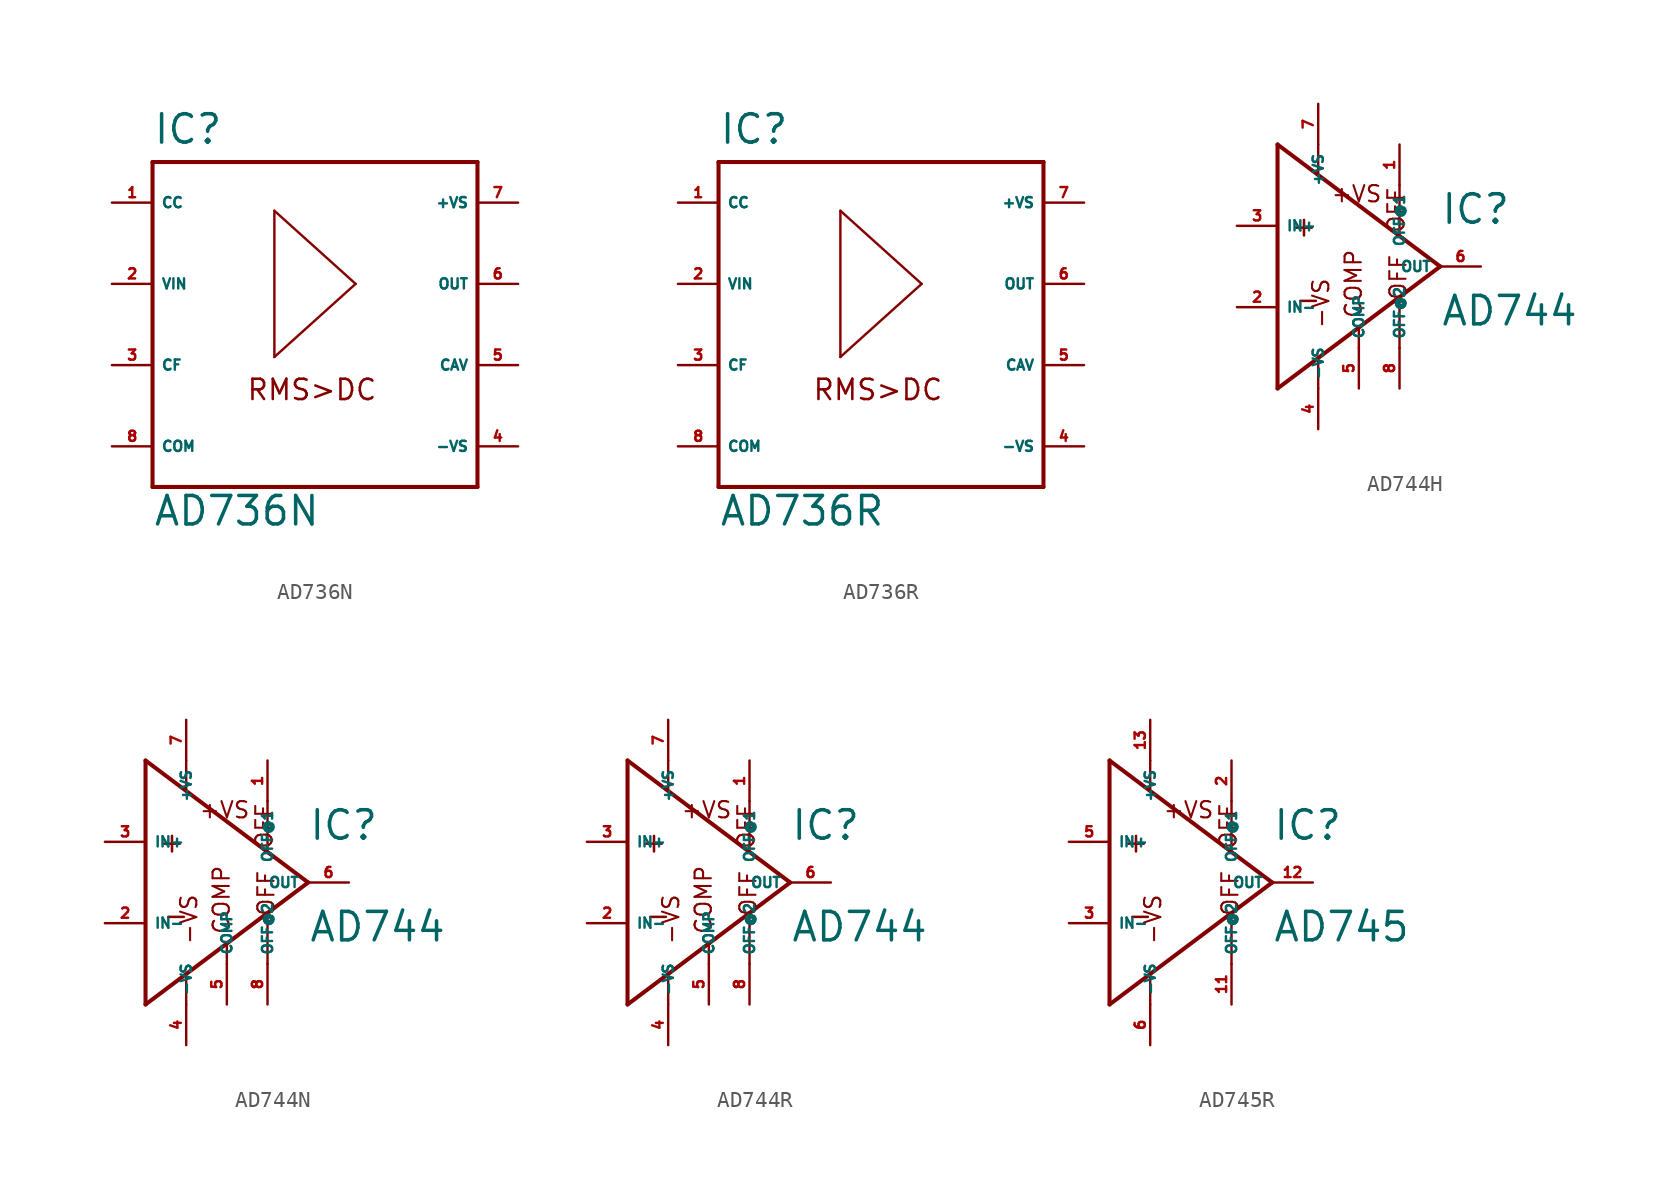
<source format=kicad_sym>
(kicad_symbol_lib
  (version 20220914)
  (generator Eagle2Kicad)
  (symbol "AD736N"
    (property "Reference" "IC"
      (at -10.16 11.176 0)
      (effects (font (size 1.778 1.778) (thickness 0.22)) (justify left bottom)))
    (property "Value" "AD736N"
      (at -10.16 -12.7 0)
      (effects (font (size 1.778 1.778) (thickness 0.22)) (justify left bottom)))
    (polyline
      (pts (xy -10.16 10.16) (xy 10.16 10.16))
      (stroke (width 0.254) (type default))
      (fill (type none)))
    (polyline
      (pts (xy 10.16 10.16) (xy 10.16 -10.16))
      (stroke (width 0.254) (type default))
      (fill (type none)))
    (polyline
      (pts (xy 10.16 -10.16) (xy -10.16 -10.16))
      (stroke (width 0.254) (type default))
      (fill (type none)))
    (polyline
      (pts (xy -10.16 -10.16) (xy -10.16 10.16))
      (stroke (width 0.254) (type default))
      (fill (type none)))
    (polyline
      (pts (xy -2.54 7.112) (xy -2.54 -2.032))
      (stroke (width 0.152) (type default))
      (fill (type none)))
    (polyline
      (pts (xy -2.54 -2.032) (xy 2.54 2.54))
      (stroke (width 0.152) (type default))
      (fill (type none)))
    (polyline
      (pts (xy 2.54 2.54) (xy -2.54 7.112))
      (stroke (width 0.152) (type default))
      (fill (type none)))
    (text "RMS>DC"
      (at -4.318 -4.826 0)
      (effects (font (size 1.27 1.27) (thickness 0.16)) (justify left bottom)))
    (pin passive line
      (at -12.7 7.62 0)
      (length 2.54)
      (name "CC" (effects (font (size 0.635 0.635) (thickness 0.08)) (justify left bottom)))
      (number "1" (effects (font (size 0.635 0.635) (thickness 0.08)) (justify left bottom))))
    (pin input line
      (at -12.7 2.54 0)
      (length 2.54)
      (name "VIN" (effects (font (size 0.635 0.635) (thickness 0.08)) (justify left bottom)))
      (number "2" (effects (font (size 0.635 0.635) (thickness 0.08)) (justify left bottom))))
    (pin passive line
      (at -12.7 -2.54 0)
      (length 2.54)
      (name "CF" (effects (font (size 0.635 0.635) (thickness 0.08)) (justify left bottom)))
      (number "3" (effects (font (size 0.635 0.635) (thickness 0.08)) (justify left bottom))))
    (pin unspecified line
      (at 12.7 -7.62 180)
      (length 2.54)
      (name "-VS" (effects (font (size 0.635 0.635) (thickness 0.08)) (justify left bottom)))
      (number "4" (effects (font (size 0.635 0.635) (thickness 0.08)) (justify left bottom))))
    (pin output line
      (at 12.7 -2.54 180)
      (length 2.54)
      (name "CAV" (effects (font (size 0.635 0.635) (thickness 0.08)) (justify left bottom)))
      (number "5" (effects (font (size 0.635 0.635) (thickness 0.08)) (justify left bottom))))
    (pin output line
      (at 12.7 2.54 180)
      (length 2.54)
      (name "OUT" (effects (font (size 0.635 0.635) (thickness 0.08)) (justify left bottom)))
      (number "6" (effects (font (size 0.635 0.635) (thickness 0.08)) (justify left bottom))))
    (pin unspecified line
      (at 12.7 7.62 180)
      (length 2.54)
      (name "+VS" (effects (font (size 0.635 0.635) (thickness 0.08)) (justify left bottom)))
      (number "7" (effects (font (size 0.635 0.635) (thickness 0.08)) (justify left bottom))))
    (pin unspecified line
      (at -12.7 -7.62 0)
      (length 2.54)
      (name "COM" (effects (font (size 0.635 0.635) (thickness 0.08)) (justify left bottom)))
      (number "8" (effects (font (size 0.635 0.635) (thickness 0.08)) (justify left bottom)))))
  (symbol "AD736R"
    (property "Reference" "IC"
      (at -10.16 11.176 0)
      (effects (font (size 1.778 1.778) (thickness 0.22)) (justify left bottom)))
    (property "Value" "AD736R"
      (at -10.16 -12.7 0)
      (effects (font (size 1.778 1.778) (thickness 0.22)) (justify left bottom)))
    (polyline
      (pts (xy -10.16 10.16) (xy 10.16 10.16))
      (stroke (width 0.254) (type default))
      (fill (type none)))
    (polyline
      (pts (xy 10.16 10.16) (xy 10.16 -10.16))
      (stroke (width 0.254) (type default))
      (fill (type none)))
    (polyline
      (pts (xy 10.16 -10.16) (xy -10.16 -10.16))
      (stroke (width 0.254) (type default))
      (fill (type none)))
    (polyline
      (pts (xy -10.16 -10.16) (xy -10.16 10.16))
      (stroke (width 0.254) (type default))
      (fill (type none)))
    (polyline
      (pts (xy -2.54 7.112) (xy -2.54 -2.032))
      (stroke (width 0.152) (type default))
      (fill (type none)))
    (polyline
      (pts (xy -2.54 -2.032) (xy 2.54 2.54))
      (stroke (width 0.152) (type default))
      (fill (type none)))
    (polyline
      (pts (xy 2.54 2.54) (xy -2.54 7.112))
      (stroke (width 0.152) (type default))
      (fill (type none)))
    (text "RMS>DC"
      (at -4.318 -4.826 0)
      (effects (font (size 1.27 1.27) (thickness 0.16)) (justify left bottom)))
    (pin passive line
      (at -12.7 7.62 0)
      (length 2.54)
      (name "CC" (effects (font (size 0.635 0.635) (thickness 0.08)) (justify left bottom)))
      (number "1" (effects (font (size 0.635 0.635) (thickness 0.08)) (justify left bottom))))
    (pin input line
      (at -12.7 2.54 0)
      (length 2.54)
      (name "VIN" (effects (font (size 0.635 0.635) (thickness 0.08)) (justify left bottom)))
      (number "2" (effects (font (size 0.635 0.635) (thickness 0.08)) (justify left bottom))))
    (pin passive line
      (at -12.7 -2.54 0)
      (length 2.54)
      (name "CF" (effects (font (size 0.635 0.635) (thickness 0.08)) (justify left bottom)))
      (number "3" (effects (font (size 0.635 0.635) (thickness 0.08)) (justify left bottom))))
    (pin unspecified line
      (at 12.7 -7.62 180)
      (length 2.54)
      (name "-VS" (effects (font (size 0.635 0.635) (thickness 0.08)) (justify left bottom)))
      (number "4" (effects (font (size 0.635 0.635) (thickness 0.08)) (justify left bottom))))
    (pin output line
      (at 12.7 -2.54 180)
      (length 2.54)
      (name "CAV" (effects (font (size 0.635 0.635) (thickness 0.08)) (justify left bottom)))
      (number "5" (effects (font (size 0.635 0.635) (thickness 0.08)) (justify left bottom))))
    (pin output line
      (at 12.7 2.54 180)
      (length 2.54)
      (name "OUT" (effects (font (size 0.635 0.635) (thickness 0.08)) (justify left bottom)))
      (number "6" (effects (font (size 0.635 0.635) (thickness 0.08)) (justify left bottom))))
    (pin unspecified line
      (at 12.7 7.62 180)
      (length 2.54)
      (name "+VS" (effects (font (size 0.635 0.635) (thickness 0.08)) (justify left bottom)))
      (number "7" (effects (font (size 0.635 0.635) (thickness 0.08)) (justify left bottom))))
    (pin unspecified line
      (at -12.7 -7.62 0)
      (length 2.54)
      (name "COM" (effects (font (size 0.635 0.635) (thickness 0.08)) (justify left bottom)))
      (number "8" (effects (font (size 0.635 0.635) (thickness 0.08)) (justify left bottom)))))
  (symbol "AD744H"
    (property "Reference" "IC"
      (at 7.62 2.54 0)
      (effects (font (size 1.778 1.778) (thickness 0.22)) (justify left bottom)))
    (property "Value" "AD744"
      (at 7.62 -3.81 0)
      (effects (font (size 1.778 1.778) (thickness 0.22)) (justify left bottom)))
    (polyline
      (pts (xy -2.54 7.62) (xy -2.54 -7.62))
      (stroke (width 0.254) (type default))
      (fill (type none)))
    (polyline
      (pts (xy -2.54 -7.62) (xy 2.54 -3.81))
      (stroke (width 0.254) (type default))
      (fill (type none)))
    (polyline
      (pts (xy 2.54 -3.81) (xy 7.62 0))
      (stroke (width 0.254) (type default))
      (fill (type none)))
    (polyline
      (pts (xy 7.62 0) (xy -2.54 7.62))
      (stroke (width 0.254) (type default))
      (fill (type none)))
    (polyline
      (pts (xy 5.08 5.08) (xy 5.08 2.032))
      (stroke (width 0.152) (type default))
      (fill (type none)))
    (polyline
      (pts (xy 5.08 -5.08) (xy 5.08 -2.032))
      (stroke (width 0.152) (type default))
      (fill (type none)))
    (polyline
      (pts (xy 0 5.842) (xy 0 7.62))
      (stroke (width 0.152) (type default))
      (fill (type none)))
    (polyline
      (pts (xy 0 -7.62) (xy 0 -5.842))
      (stroke (width 0.152) (type default))
      (fill (type none)))
    (polyline
      (pts (xy 2.54 -5.08) (xy 2.54 -3.81))
      (stroke (width 0.152) (type default))
      (fill (type none)))
    (text "+"
      (at -1.778 1.778 0)
      (effects (font (size 1.27 1.27) (thickness 0.16)) (justify left bottom)))
    (text "-"
      (at -1.524 -2.794 0)
      (effects (font (size 1.27 1.27) (thickness 0.16)) (justify left bottom)))
    (text "+VS"
      (at 0.762 3.937 0)
      (effects (font (size 1.016 1.016) (thickness 0.13)) (justify left bottom mirror)))
    (text "-VS"
      (at 0.762 -3.937 1800)
      (effects (font (size 1.016 1.016) (thickness 0.13)) (justify left bottom)))
    (text "OFF"
      (at 5.588 -2.159 2700)
      (effects (font (size 1.016 1.016) (thickness 0.13)) (justify left bottom)))
    (text "OFF"
      (at 5.461 2.032 900)
      (effects (font (size 1.016 1.016) (thickness 0.13)) (justify left bottom mirror)))
    (text "COMP"
      (at 2.794 -3.302 900)
      (effects (font (size 1.016 1.016) (thickness 0.13)) (justify left bottom)))
    (pin input line
      (at -5.08 2.54 0)
      (length 2.54)
      (name "IN+" (effects (font (size 0.635 0.635) (thickness 0.08)) (justify left bottom)))
      (number "3" (effects (font (size 0.635 0.635) (thickness 0.08)) (justify left bottom))))
    (pin input line
      (at -5.08 -2.54 0)
      (length 2.54)
      (name "IN-" (effects (font (size 0.635 0.635) (thickness 0.08)) (justify left bottom)))
      (number "2" (effects (font (size 0.635 0.635) (thickness 0.08)) (justify left bottom))))
    (pin output line
      (at 10.16 0 180)
      (length 2.54)
      (name "OUT" (effects (font (size 0.635 0.635) (thickness 0.08)) (justify left bottom)))
      (number "6" (effects (font (size 0.635 0.635) (thickness 0.08)) (justify left bottom))))
    (pin input line
      (at 0 -10.16 90)
      (length 2.54)
      (name "-VS" (effects (font (size 0.635 0.635) (thickness 0.08)) (justify left bottom)))
      (number "4" (effects (font (size 0.635 0.635) (thickness 0.08)) (justify left bottom))))
    (pin input line
      (at 0 10.16 270)
      (length 2.54)
      (name "+VS" (effects (font (size 0.635 0.635) (thickness 0.08)) (justify left bottom)))
      (number "7" (effects (font (size 0.635 0.635) (thickness 0.08)) (justify left bottom))))
    (pin passive line
      (at 5.08 7.62 270)
      (length 2.54)
      (name "OFF@1" (effects (font (size 0.635 0.635) (thickness 0.08)) (justify left bottom)))
      (number "1" (effects (font (size 0.635 0.635) (thickness 0.08)) (justify left bottom))))
    (pin passive line
      (at 5.08 -7.62 90)
      (length 2.54)
      (name "OFF@2" (effects (font (size 0.635 0.635) (thickness 0.08)) (justify left bottom)))
      (number "8" (effects (font (size 0.635 0.635) (thickness 0.08)) (justify left bottom))))
    (pin passive line
      (at 2.54 -7.62 90)
      (length 2.54)
      (name "COMP" (effects (font (size 0.635 0.635) (thickness 0.08)) (justify left bottom)))
      (number "5" (effects (font (size 0.635 0.635) (thickness 0.08)) (justify left bottom)))))
  (symbol "AD744N"
    (property "Reference" "IC"
      (at 7.62 2.54 0)
      (effects (font (size 1.778 1.778) (thickness 0.22)) (justify left bottom)))
    (property "Value" "AD744"
      (at 7.62 -3.81 0)
      (effects (font (size 1.778 1.778) (thickness 0.22)) (justify left bottom)))
    (polyline
      (pts (xy -2.54 7.62) (xy -2.54 -7.62))
      (stroke (width 0.254) (type default))
      (fill (type none)))
    (polyline
      (pts (xy -2.54 -7.62) (xy 2.54 -3.81))
      (stroke (width 0.254) (type default))
      (fill (type none)))
    (polyline
      (pts (xy 2.54 -3.81) (xy 7.62 0))
      (stroke (width 0.254) (type default))
      (fill (type none)))
    (polyline
      (pts (xy 7.62 0) (xy -2.54 7.62))
      (stroke (width 0.254) (type default))
      (fill (type none)))
    (polyline
      (pts (xy 5.08 5.08) (xy 5.08 2.032))
      (stroke (width 0.152) (type default))
      (fill (type none)))
    (polyline
      (pts (xy 5.08 -5.08) (xy 5.08 -2.032))
      (stroke (width 0.152) (type default))
      (fill (type none)))
    (polyline
      (pts (xy 0 5.842) (xy 0 7.62))
      (stroke (width 0.152) (type default))
      (fill (type none)))
    (polyline
      (pts (xy 0 -7.62) (xy 0 -5.842))
      (stroke (width 0.152) (type default))
      (fill (type none)))
    (polyline
      (pts (xy 2.54 -5.08) (xy 2.54 -3.81))
      (stroke (width 0.152) (type default))
      (fill (type none)))
    (text "+"
      (at -1.778 1.778 0)
      (effects (font (size 1.27 1.27) (thickness 0.16)) (justify left bottom)))
    (text "-"
      (at -1.524 -2.794 0)
      (effects (font (size 1.27 1.27) (thickness 0.16)) (justify left bottom)))
    (text "+VS"
      (at 0.762 3.937 0)
      (effects (font (size 1.016 1.016) (thickness 0.13)) (justify left bottom mirror)))
    (text "-VS"
      (at 0.762 -3.937 1800)
      (effects (font (size 1.016 1.016) (thickness 0.13)) (justify left bottom)))
    (text "OFF"
      (at 5.588 -2.159 2700)
      (effects (font (size 1.016 1.016) (thickness 0.13)) (justify left bottom)))
    (text "OFF"
      (at 5.461 2.032 900)
      (effects (font (size 1.016 1.016) (thickness 0.13)) (justify left bottom mirror)))
    (text "COMP"
      (at 2.794 -3.302 900)
      (effects (font (size 1.016 1.016) (thickness 0.13)) (justify left bottom)))
    (pin input line
      (at -5.08 2.54 0)
      (length 2.54)
      (name "IN+" (effects (font (size 0.635 0.635) (thickness 0.08)) (justify left bottom)))
      (number "3" (effects (font (size 0.635 0.635) (thickness 0.08)) (justify left bottom))))
    (pin input line
      (at -5.08 -2.54 0)
      (length 2.54)
      (name "IN-" (effects (font (size 0.635 0.635) (thickness 0.08)) (justify left bottom)))
      (number "2" (effects (font (size 0.635 0.635) (thickness 0.08)) (justify left bottom))))
    (pin output line
      (at 10.16 0 180)
      (length 2.54)
      (name "OUT" (effects (font (size 0.635 0.635) (thickness 0.08)) (justify left bottom)))
      (number "6" (effects (font (size 0.635 0.635) (thickness 0.08)) (justify left bottom))))
    (pin input line
      (at 0 -10.16 90)
      (length 2.54)
      (name "-VS" (effects (font (size 0.635 0.635) (thickness 0.08)) (justify left bottom)))
      (number "4" (effects (font (size 0.635 0.635) (thickness 0.08)) (justify left bottom))))
    (pin input line
      (at 0 10.16 270)
      (length 2.54)
      (name "+VS" (effects (font (size 0.635 0.635) (thickness 0.08)) (justify left bottom)))
      (number "7" (effects (font (size 0.635 0.635) (thickness 0.08)) (justify left bottom))))
    (pin passive line
      (at 5.08 7.62 270)
      (length 2.54)
      (name "OFF@1" (effects (font (size 0.635 0.635) (thickness 0.08)) (justify left bottom)))
      (number "1" (effects (font (size 0.635 0.635) (thickness 0.08)) (justify left bottom))))
    (pin passive line
      (at 5.08 -7.62 90)
      (length 2.54)
      (name "OFF@2" (effects (font (size 0.635 0.635) (thickness 0.08)) (justify left bottom)))
      (number "8" (effects (font (size 0.635 0.635) (thickness 0.08)) (justify left bottom))))
    (pin passive line
      (at 2.54 -7.62 90)
      (length 2.54)
      (name "COMP" (effects (font (size 0.635 0.635) (thickness 0.08)) (justify left bottom)))
      (number "5" (effects (font (size 0.635 0.635) (thickness 0.08)) (justify left bottom)))))
  (symbol "AD744R"
    (property "Reference" "IC"
      (at 7.62 2.54 0)
      (effects (font (size 1.778 1.778) (thickness 0.22)) (justify left bottom)))
    (property "Value" "AD744"
      (at 7.62 -3.81 0)
      (effects (font (size 1.778 1.778) (thickness 0.22)) (justify left bottom)))
    (polyline
      (pts (xy -2.54 7.62) (xy -2.54 -7.62))
      (stroke (width 0.254) (type default))
      (fill (type none)))
    (polyline
      (pts (xy -2.54 -7.62) (xy 2.54 -3.81))
      (stroke (width 0.254) (type default))
      (fill (type none)))
    (polyline
      (pts (xy 2.54 -3.81) (xy 7.62 0))
      (stroke (width 0.254) (type default))
      (fill (type none)))
    (polyline
      (pts (xy 7.62 0) (xy -2.54 7.62))
      (stroke (width 0.254) (type default))
      (fill (type none)))
    (polyline
      (pts (xy 5.08 5.08) (xy 5.08 2.032))
      (stroke (width 0.152) (type default))
      (fill (type none)))
    (polyline
      (pts (xy 5.08 -5.08) (xy 5.08 -2.032))
      (stroke (width 0.152) (type default))
      (fill (type none)))
    (polyline
      (pts (xy 0 5.842) (xy 0 7.62))
      (stroke (width 0.152) (type default))
      (fill (type none)))
    (polyline
      (pts (xy 0 -7.62) (xy 0 -5.842))
      (stroke (width 0.152) (type default))
      (fill (type none)))
    (polyline
      (pts (xy 2.54 -5.08) (xy 2.54 -3.81))
      (stroke (width 0.152) (type default))
      (fill (type none)))
    (text "+"
      (at -1.778 1.778 0)
      (effects (font (size 1.27 1.27) (thickness 0.16)) (justify left bottom)))
    (text "-"
      (at -1.524 -2.794 0)
      (effects (font (size 1.27 1.27) (thickness 0.16)) (justify left bottom)))
    (text "+VS"
      (at 0.762 3.937 0)
      (effects (font (size 1.016 1.016) (thickness 0.13)) (justify left bottom mirror)))
    (text "-VS"
      (at 0.762 -3.937 1800)
      (effects (font (size 1.016 1.016) (thickness 0.13)) (justify left bottom)))
    (text "OFF"
      (at 5.588 -2.159 2700)
      (effects (font (size 1.016 1.016) (thickness 0.13)) (justify left bottom)))
    (text "OFF"
      (at 5.461 2.032 900)
      (effects (font (size 1.016 1.016) (thickness 0.13)) (justify left bottom mirror)))
    (text "COMP"
      (at 2.794 -3.302 900)
      (effects (font (size 1.016 1.016) (thickness 0.13)) (justify left bottom)))
    (pin input line
      (at -5.08 2.54 0)
      (length 2.54)
      (name "IN+" (effects (font (size 0.635 0.635) (thickness 0.08)) (justify left bottom)))
      (number "3" (effects (font (size 0.635 0.635) (thickness 0.08)) (justify left bottom))))
    (pin input line
      (at -5.08 -2.54 0)
      (length 2.54)
      (name "IN-" (effects (font (size 0.635 0.635) (thickness 0.08)) (justify left bottom)))
      (number "2" (effects (font (size 0.635 0.635) (thickness 0.08)) (justify left bottom))))
    (pin output line
      (at 10.16 0 180)
      (length 2.54)
      (name "OUT" (effects (font (size 0.635 0.635) (thickness 0.08)) (justify left bottom)))
      (number "6" (effects (font (size 0.635 0.635) (thickness 0.08)) (justify left bottom))))
    (pin input line
      (at 0 -10.16 90)
      (length 2.54)
      (name "-VS" (effects (font (size 0.635 0.635) (thickness 0.08)) (justify left bottom)))
      (number "4" (effects (font (size 0.635 0.635) (thickness 0.08)) (justify left bottom))))
    (pin input line
      (at 0 10.16 270)
      (length 2.54)
      (name "+VS" (effects (font (size 0.635 0.635) (thickness 0.08)) (justify left bottom)))
      (number "7" (effects (font (size 0.635 0.635) (thickness 0.08)) (justify left bottom))))
    (pin passive line
      (at 5.08 7.62 270)
      (length 2.54)
      (name "OFF@1" (effects (font (size 0.635 0.635) (thickness 0.08)) (justify left bottom)))
      (number "1" (effects (font (size 0.635 0.635) (thickness 0.08)) (justify left bottom))))
    (pin passive line
      (at 5.08 -7.62 90)
      (length 2.54)
      (name "OFF@2" (effects (font (size 0.635 0.635) (thickness 0.08)) (justify left bottom)))
      (number "8" (effects (font (size 0.635 0.635) (thickness 0.08)) (justify left bottom))))
    (pin passive line
      (at 2.54 -7.62 90)
      (length 2.54)
      (name "COMP" (effects (font (size 0.635 0.635) (thickness 0.08)) (justify left bottom)))
      (number "5" (effects (font (size 0.635 0.635) (thickness 0.08)) (justify left bottom)))))
  (symbol "AD745R"
    (property "Reference" "IC"
      (at 7.62 2.54 0)
      (effects (font (size 1.778 1.778) (thickness 0.22)) (justify left bottom)))
    (property "Value" "AD745"
      (at 7.62 -3.81 0)
      (effects (font (size 1.778 1.778) (thickness 0.22)) (justify left bottom)))
    (polyline
      (pts (xy -2.54 7.62) (xy -2.54 -7.62))
      (stroke (width 0.254) (type default))
      (fill (type none)))
    (polyline
      (pts (xy -2.54 -7.62) (xy 7.62 0))
      (stroke (width 0.254) (type default))
      (fill (type none)))
    (polyline
      (pts (xy 7.62 0) (xy -2.54 7.62))
      (stroke (width 0.254) (type default))
      (fill (type none)))
    (polyline
      (pts (xy 5.08 5.08) (xy 5.08 2.032))
      (stroke (width 0.152) (type default))
      (fill (type none)))
    (polyline
      (pts (xy 5.08 -5.08) (xy 5.08 -2.032))
      (stroke (width 0.152) (type default))
      (fill (type none)))
    (polyline
      (pts (xy 0 5.842) (xy 0 7.62))
      (stroke (width 0.152) (type default))
      (fill (type none)))
    (polyline
      (pts (xy 0 -7.62) (xy 0 -5.842))
      (stroke (width 0.152) (type default))
      (fill (type none)))
    (text "+"
      (at -1.778 1.778 0)
      (effects (font (size 1.27 1.27) (thickness 0.16)) (justify left bottom)))
    (text "-"
      (at -1.524 -2.794 0)
      (effects (font (size 1.27 1.27) (thickness 0.16)) (justify left bottom)))
    (text "+VS"
      (at 0.762 3.937 0)
      (effects (font (size 1.016 1.016) (thickness 0.13)) (justify left bottom mirror)))
    (text "-VS"
      (at 0.762 -3.937 1800)
      (effects (font (size 1.016 1.016) (thickness 0.13)) (justify left bottom)))
    (text "OFF"
      (at 5.588 -2.159 2700)
      (effects (font (size 1.016 1.016) (thickness 0.13)) (justify left bottom)))
    (text "OFF"
      (at 5.461 2.032 900)
      (effects (font (size 1.016 1.016) (thickness 0.13)) (justify left bottom mirror)))
    (pin input line
      (at -5.08 2.54 0)
      (length 2.54)
      (name "IN+" (effects (font (size 0.635 0.635) (thickness 0.08)) (justify left bottom)))
      (number "5" (effects (font (size 0.635 0.635) (thickness 0.08)) (justify left bottom))))
    (pin input line
      (at -5.08 -2.54 0)
      (length 2.54)
      (name "IN-" (effects (font (size 0.635 0.635) (thickness 0.08)) (justify left bottom)))
      (number "3" (effects (font (size 0.635 0.635) (thickness 0.08)) (justify left bottom))))
    (pin output line
      (at 10.16 0 180)
      (length 2.54)
      (name "OUT" (effects (font (size 0.635 0.635) (thickness 0.08)) (justify left bottom)))
      (number "12" (effects (font (size 0.635 0.635) (thickness 0.08)) (justify left bottom))))
    (pin input line
      (at 0 -10.16 90)
      (length 2.54)
      (name "-VS" (effects (font (size 0.635 0.635) (thickness 0.08)) (justify left bottom)))
      (number "6" (effects (font (size 0.635 0.635) (thickness 0.08)) (justify left bottom))))
    (pin input line
      (at 0 10.16 270)
      (length 2.54)
      (name "+VS" (effects (font (size 0.635 0.635) (thickness 0.08)) (justify left bottom)))
      (number "13" (effects (font (size 0.635 0.635) (thickness 0.08)) (justify left bottom))))
    (pin passive line
      (at 5.08 7.62 270)
      (length 2.54)
      (name "OFF@1" (effects (font (size 0.635 0.635) (thickness 0.08)) (justify left bottom)))
      (number "2" (effects (font (size 0.635 0.635) (thickness 0.08)) (justify left bottom))))
    (pin passive line
      (at 5.08 -7.62 90)
      (length 2.54)
      (name "OFF@2" (effects (font (size 0.635 0.635) (thickness 0.08)) (justify left bottom)))
      (number "11" (effects (font (size 0.635 0.635) (thickness 0.08)) (justify left bottom))))))
</source>
